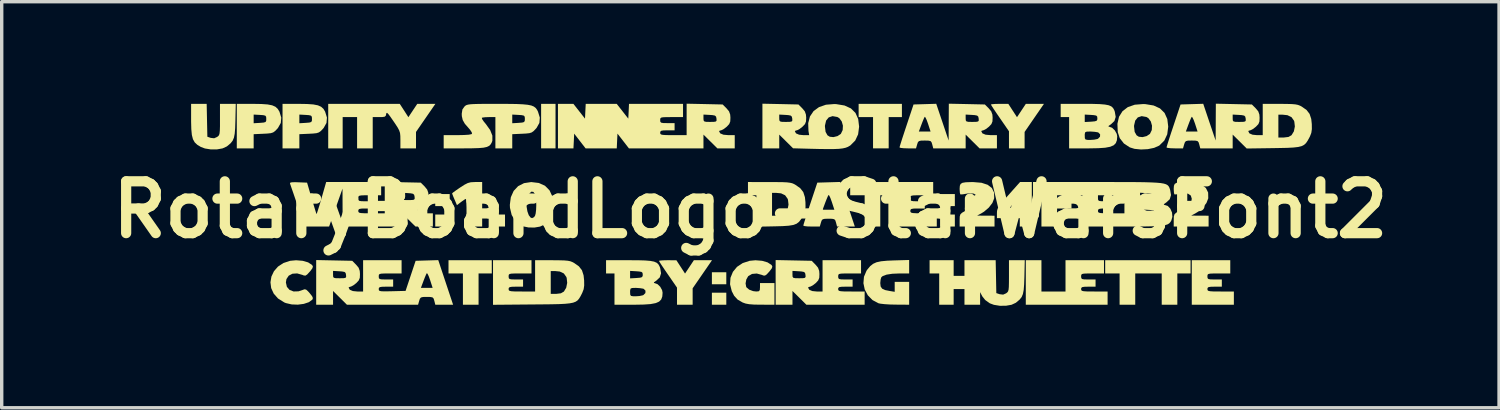
<source format=kicad_pcb>
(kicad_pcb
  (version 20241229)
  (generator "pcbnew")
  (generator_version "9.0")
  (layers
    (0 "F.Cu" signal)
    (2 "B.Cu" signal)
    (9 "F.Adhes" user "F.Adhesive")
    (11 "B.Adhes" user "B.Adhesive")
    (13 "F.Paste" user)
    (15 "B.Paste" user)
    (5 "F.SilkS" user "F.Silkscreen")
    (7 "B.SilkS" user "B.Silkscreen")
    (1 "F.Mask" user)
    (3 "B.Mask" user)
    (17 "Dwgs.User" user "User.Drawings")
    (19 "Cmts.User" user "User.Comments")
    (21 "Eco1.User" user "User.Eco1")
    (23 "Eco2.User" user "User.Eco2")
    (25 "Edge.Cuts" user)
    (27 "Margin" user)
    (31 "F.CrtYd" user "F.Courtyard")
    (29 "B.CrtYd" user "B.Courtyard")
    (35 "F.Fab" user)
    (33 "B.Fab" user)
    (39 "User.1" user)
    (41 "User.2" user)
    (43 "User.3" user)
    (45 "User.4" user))
  (footprint "RotaryBoardLogo-StarWarsFont2"
    (layer "F.Cu")
    (at 19.021 3.118)
    (property "Reference" "RotaryBoardLogo-StarWarsFont2" (at 0 0 0) (layer "F.SilkS") (effects (font (size 1.524 1.524) (thickness 0.3))))
    (attr board_only exclude_from_pos_files exclude_from_bom)
    (fp_poly (pts (xy -8.844 -0.106) (xy -9.269 -0.106) (xy -9.269 -0.46) (xy -8.844 -0.46)) (stroke (width 0) (type solid)) (fill yes) (layer "F.SilkS"))
    (fp_poly (pts (xy -8.844 0.495) (xy -9.269 0.495) (xy -9.269 0.142) (xy -8.844 0.142)) (stroke (width 0) (type solid)) (fill yes) (layer "F.SilkS"))
    (fp_poly (pts (xy -7.217 0.495) (xy -7.641 0.495) (xy -7.641 0.142) (xy -7.217 0.142)) (stroke (width 0) (type solid)) (fill yes) (layer "F.SilkS"))
    (fp_poly (pts (xy -5.731 -1.804) (xy -6.155 -1.804) (xy -6.155 -3.113) (xy -5.731 -3.113)) (stroke (width 0) (type solid)) (fill yes) (layer "F.SilkS"))
    (fp_poly (pts (xy -0.708 2.193) (xy -1.132 2.193) (xy -1.132 1.84) (xy -0.708 1.84)) (stroke (width 0) (type solid)) (fill yes) (layer "F.SilkS"))
    (fp_poly (pts (xy -0.708 2.795) (xy -1.132 2.795) (xy -1.132 2.441) (xy -0.708 2.441)) (stroke (width 0) (type solid)) (fill yes) (layer "F.SilkS"))
    (fp_poly (pts (xy 6.014 -0.106) (xy 5.589 -0.106) (xy 5.589 -0.46) (xy 6.014 -0.46)) (stroke (width 0) (type solid)) (fill yes) (layer "F.SilkS"))
    (fp_poly (pts (xy 6.014 0.495) (xy 5.589 0.495) (xy 5.589 0.142) (xy 6.014 0.142)) (stroke (width 0) (type solid)) (fill yes) (layer "F.SilkS"))
    (fp_poly (pts (xy -7.606 1.875) (xy -7.995 1.875) (xy -7.995 2.795) (xy -8.455 2.795) (xy -8.455 1.875) (xy -8.879 1.875) (xy -8.879 1.486) (xy -7.606 1.486)) (stroke (width 0) (type solid)) (fill yes) (layer "F.SilkS"))
    (fp_poly (pts (xy 4.21 -0.425) (xy 3.821 -0.425) (xy 3.821 0.495) (xy 3.361 0.495) (xy 3.361 -0.425) (xy 2.936 -0.425) (xy 2.936 -0.814) (xy 4.21 -0.814)) (stroke (width 0) (type solid)) (fill yes) (layer "F.SilkS"))
    (fp_poly (pts (xy 4.457 -2.724) (xy 4.068 -2.724) (xy 4.068 -1.804) (xy 3.608 -1.804) (xy 3.608 -2.724) (xy 3.184 -2.724) (xy 3.184 -3.113) (xy 4.457 -3.113)) (stroke (width 0) (type solid)) (fill yes) (layer "F.SilkS"))
    (fp_poly (pts (xy 12.948 1.875) (xy 12.558 1.875) (xy 12.558 2.795) (xy 12.099 2.795) (xy 12.099 1.875) (xy 11.32 1.875) (xy 11.32 2.795) (xy 10.86 2.795) (xy 10.86 1.875) (xy 10.436 1.875) (xy 10.436 1.486) (xy 12.948 1.486)) (stroke (width 0) (type solid)) (fill yes) (layer "F.SilkS"))
    (fp_poly (pts (xy 8.35 -2.7) (xy 8.066 -2.287) (xy 8.066 -1.804) (xy 7.606 -1.804) (xy 7.606 -2.307) (xy 7.341 -2.691) (xy 7.242 -2.835) (xy 7.16 -2.957) (xy 7.102 -3.046) (xy 7.076 -3.091) (xy 7.075 -3.094) (xy 7.108 -3.103) (xy 7.193 -3.11) (xy 7.314 -3.113) (xy 7.332 -3.113) (xy 7.588 -3.112) (xy 7.842 -2.721) (xy 7.972 -2.917) (xy 8.102 -3.113) (xy 8.635 -3.113)) (stroke (width 0) (type solid)) (fill yes) (layer "F.SilkS"))
    (fp_poly (pts (xy -1.413 1.899) (xy -1.698 2.312) (xy -1.698 2.795) (xy -2.158 2.795) (xy -2.158 2.292) (xy -2.423 1.908) (xy -2.522 1.764) (xy -2.604 1.642) (xy -2.661 1.553) (xy -2.688 1.508) (xy -2.689 1.505) (xy -2.656 1.496) (xy -2.571 1.489) (xy -2.449 1.486) (xy -2.432 1.486) (xy -2.176 1.487) (xy -2.049 1.682) (xy -1.922 1.878) (xy -1.792 1.682) (xy -1.662 1.486) (xy -1.129 1.486)) (stroke (width 0) (type solid)) (fill yes) (layer "F.SilkS"))
    (fp_poly (pts (xy -7.889 0.495) (xy -8.349 0.495) (xy -8.349 0.088) (xy -8.35 -0.072) (xy -8.355 -0.202) (xy -8.361 -0.289) (xy -8.369 -0.318) (xy -8.407 -0.299) (xy -8.478 -0.25) (xy -8.51 -0.226) (xy -8.631 -0.134) (xy -8.702 -0.3) (xy -8.743 -0.397) (xy -8.768 -0.463) (xy -8.773 -0.48) (xy -8.746 -0.505) (xy -8.674 -0.558) (xy -8.57 -0.63) (xy -8.535 -0.654) (xy -8.407 -0.736) (xy -8.312 -0.784) (xy -8.225 -0.807) (xy -8.122 -0.813) (xy -8.093 -0.814) (xy -7.889 -0.814)) (stroke (width 0) (type solid)) (fill yes) (layer "F.SilkS"))
    (fp_poly (pts (xy 5.377 -0.425) (xy 5.041 -0.425) (xy 4.885 -0.424) (xy 4.787 -0.42) (xy 4.733 -0.409) (xy 4.71 -0.387) (xy 4.705 -0.351) (xy 4.705 -0.336) (xy 4.71 -0.287) (xy 4.734 -0.261) (xy 4.795 -0.25) (xy 4.91 -0.248) (xy 4.917 -0.248) (xy 5.13 -0.248) (xy 5.13 -0.035) (xy 4.917 -0.035) (xy 4.799 -0.033) (xy 4.735 -0.021) (xy 4.709 0.004) (xy 4.705 0.035) (xy 4.709 0.066) (xy 4.731 0.087) (xy 4.782 0.099) (xy 4.875 0.104) (xy 5.021 0.106) (xy 5.094 0.106) (xy 5.483 0.106) (xy 5.483 0.495) (xy 4.245 0.495) (xy 4.245 -0.814) (xy 5.377 -0.814)) (stroke (width 0) (type solid)) (fill yes) (layer "F.SilkS"))
    (fp_poly (pts (xy 14.115 1.875) (xy 13.779 1.875) (xy 13.623 1.876) (xy 13.525 1.88) (xy 13.471 1.891) (xy 13.448 1.913) (xy 13.443 1.948) (xy 13.443 1.963) (xy 13.447 2.012) (xy 13.472 2.039) (xy 13.533 2.05) (xy 13.648 2.052) (xy 13.655 2.052) (xy 13.867 2.052) (xy 13.867 2.264) (xy 13.655 2.264) (xy 13.537 2.267) (xy 13.473 2.278) (xy 13.447 2.303) (xy 13.443 2.335) (xy 13.447 2.366) (xy 13.469 2.386) (xy 13.52 2.398) (xy 13.612 2.404) (xy 13.759 2.405) (xy 13.832 2.406) (xy 14.221 2.406) (xy 14.221 2.795) (xy 12.983 2.795) (xy 12.983 1.486) (xy 14.115 1.486)) (stroke (width 0) (type solid)) (fill yes) (layer "F.SilkS"))
    (fp_poly (pts (xy -14.382 -3.109) (xy -14.199 -3.096) (xy -14.065 -3.07) (xy -13.97 -3.028) (xy -13.903 -2.967) (xy -13.852 -2.884) (xy -13.798 -2.709) (xy -13.812 -2.552) (xy -13.894 -2.406) (xy -13.917 -2.379) (xy -13.981 -2.313) (xy -14.037 -2.273) (xy -14.106 -2.251) (xy -14.209 -2.24) (xy -14.324 -2.234) (xy -14.61 -2.221) (xy -14.61 -1.804) (xy -15.106 -1.804) (xy -15.106 -2.798) (xy -14.61 -2.798) (xy -14.61 -2.543) (xy -14.425 -2.554) (xy -14.317 -2.563) (xy -14.261 -2.579) (xy -14.241 -2.616) (xy -14.239 -2.671) (xy -14.243 -2.733) (xy -14.267 -2.766) (xy -14.329 -2.781) (xy -14.425 -2.788) (xy -14.61 -2.798) (xy -15.106 -2.798) (xy -15.106 -3.113) (xy -14.624 -3.113)) (stroke (width 0) (type solid)) (fill yes) (layer "F.SilkS"))
    (fp_poly (pts (xy -13.038 -3.109) (xy -12.855 -3.096) (xy -12.721 -3.07) (xy -12.626 -3.028) (xy -12.558 -2.967) (xy -12.508 -2.884) (xy -12.454 -2.709) (xy -12.468 -2.552) (xy -12.55 -2.406) (xy -12.573 -2.379) (xy -12.636 -2.313) (xy -12.692 -2.273) (xy -12.762 -2.251) (xy -12.865 -2.24) (xy -12.98 -2.234) (xy -13.266 -2.221) (xy -13.266 -1.804) (xy -13.761 -1.804) (xy -13.761 -2.798) (xy -13.266 -2.798) (xy -13.266 -2.543) (xy -13.08 -2.554) (xy -12.972 -2.563) (xy -12.917 -2.579) (xy -12.897 -2.616) (xy -12.895 -2.671) (xy -12.899 -2.733) (xy -12.923 -2.766) (xy -12.984 -2.781) (xy -13.08 -2.788) (xy -13.266 -2.798) (xy -13.761 -2.798) (xy -13.761 -3.113) (xy -13.28 -3.113)) (stroke (width 0) (type solid)) (fill yes) (layer "F.SilkS"))
    (fp_poly (pts (xy -9.55 -2.7) (xy -9.835 -2.287) (xy -9.835 -1.804) (xy -10.294 -1.804) (xy -10.294 -2.054) (xy -10.296 -2.169) (xy -10.305 -2.256) (xy -10.33 -2.333) (xy -10.377 -2.421) (xy -10.454 -2.539) (xy -10.498 -2.603) (xy -10.59 -2.736) (xy -10.65 -2.815) (xy -10.686 -2.849) (xy -10.705 -2.843) (xy -10.712 -2.813) (xy -10.725 -2.762) (xy -10.757 -2.735) (xy -10.828 -2.725) (xy -10.916 -2.724) (xy -11.108 -2.724) (xy -11.108 -1.804) (xy -11.568 -1.804) (xy -11.568 -2.724) (xy -11.992 -2.724) (xy -11.992 -1.804) (xy -12.417 -1.804) (xy -12.417 -3.113) (xy -10.312 -3.112) (xy -10.185 -2.917) (xy -10.059 -2.721) (xy -9.929 -2.917) (xy -9.798 -3.113) (xy -9.265 -3.113)) (stroke (width 0) (type solid)) (fill yes) (layer "F.SilkS"))
    (fp_poly (pts (xy -15.972 -2.146) (xy -15.874 -2.113) (xy -15.772 -2.101) (xy -15.688 -2.138) (xy -15.652 -2.164) (xy -15.628 -2.195) (xy -15.613 -2.245) (xy -15.605 -2.327) (xy -15.601 -2.452) (xy -15.601 -2.634) (xy -15.601 -2.654) (xy -15.601 -3.113) (xy -15.136 -3.113) (xy -15.147 -2.62) (xy -15.154 -2.401) (xy -15.167 -2.238) (xy -15.19 -2.119) (xy -15.228 -2.03) (xy -15.285 -1.957) (xy -15.366 -1.887) (xy -15.401 -1.86) (xy -15.525 -1.803) (xy -15.689 -1.774) (xy -15.87 -1.773) (xy -16.044 -1.801) (xy -16.164 -1.846) (xy -16.268 -1.909) (xy -16.344 -1.981) (xy -16.396 -2.074) (xy -16.428 -2.199) (xy -16.444 -2.369) (xy -16.45 -2.596) (xy -16.45 -2.644) (xy -16.45 -3.113) (xy -15.992 -3.113)) (stroke (width 0) (type solid)) (fill yes) (layer "F.SilkS"))
    (fp_poly (pts (xy 8.561 2.406) (xy 9.269 2.406) (xy 9.269 1.486) (xy 10.401 1.486) (xy 10.401 1.875) (xy 10.064 1.875) (xy 9.909 1.876) (xy 9.811 1.88) (xy 9.757 1.891) (xy 9.734 1.913) (xy 9.728 1.948) (xy 9.728 1.963) (xy 9.733 2.012) (xy 9.757 2.039) (xy 9.819 2.05) (xy 9.933 2.052) (xy 9.941 2.052) (xy 10.153 2.052) (xy 10.153 2.264) (xy 9.941 2.264) (xy 9.822 2.267) (xy 9.758 2.278) (xy 9.732 2.303) (xy 9.728 2.335) (xy 9.733 2.366) (xy 9.754 2.386) (xy 9.805 2.398) (xy 9.898 2.404) (xy 10.044 2.405) (xy 10.118 2.406) (xy 10.507 2.406) (xy 10.507 2.795) (xy 8.101 2.795) (xy 8.101 1.486) (xy 8.561 1.486)) (stroke (width 0) (type solid)) (fill yes) (layer "F.SilkS"))
    (fp_poly (pts (xy 4.67 1.875) (xy 4.395 1.875) (xy 4.176 1.884) (xy 4.006 1.91) (xy 3.892 1.952) (xy 3.85 1.989) (xy 3.831 2.053) (xy 3.821 2.15) (xy 3.821 2.166) (xy 3.832 2.26) (xy 3.876 2.323) (xy 3.965 2.364) (xy 4.099 2.391) (xy 4.245 2.415) (xy 4.245 2.123) (xy 4.67 2.123) (xy 4.67 2.795) (xy 4.272 2.792) (xy 4.1 2.788) (xy 3.944 2.778) (xy 3.824 2.764) (xy 3.768 2.752) (xy 3.59 2.657) (xy 3.454 2.517) (xy 3.364 2.348) (xy 3.325 2.162) (xy 3.341 1.973) (xy 3.416 1.795) (xy 3.446 1.753) (xy 3.525 1.659) (xy 3.609 1.592) (xy 3.711 1.546) (xy 3.845 1.517) (xy 4.024 1.5) (xy 4.219 1.492) (xy 4.67 1.479)) (stroke (width 0) (type solid)) (fill yes) (layer "F.SilkS"))
    (fp_poly (pts (xy 2.854 -0.16) (xy 3.072 0.495) (xy 2.549 0.495) (xy 2.519 0.38) (xy 2.498 0.314) (xy 2.466 0.28) (xy 2.401 0.267) (xy 2.299 0.265) (xy 2.188 0.268) (xy 2.127 0.282) (xy 2.095 0.32) (xy 2.075 0.38) (xy 2.042 0.495) (xy 1.799 0.495) (xy 1.678 0.492) (xy 1.592 0.482) (xy 1.557 0.469) (xy 1.557 0.468) (xy 1.567 0.427) (xy 1.597 0.33) (xy 1.642 0.189) (xy 1.7 0.013) (xy 1.704 0) (xy 2.125 0) (xy 2.47 0) (xy 2.395 -0.23) (xy 2.355 -0.34) (xy 2.321 -0.413) (xy 2.299 -0.434) (xy 2.298 -0.433) (xy 2.275 -0.388) (xy 2.237 -0.298) (xy 2.2 -0.203) (xy 2.125 0) (xy 1.704 0) (xy 1.763 -0.178) (xy 1.969 -0.796) (xy 2.636 -0.816)) (stroke (width 0) (type solid)) (fill yes) (layer "F.SilkS"))
    (fp_poly (pts (xy 8.278 -0.035) (xy 8.384 -0.035) (xy 8.452 -0.03) (xy 8.482 0.000493) (xy 8.49 0.076) (xy 8.49 0.106) (xy 8.486 0.197) (xy 8.463 0.237) (xy 8.407 0.247) (xy 8.384 0.248) (xy 8.313 0.255) (xy 8.284 0.29) (xy 8.278 0.371) (xy 8.278 0.495) (xy 7.924 0.495) (xy 7.924 0.248) (xy 7.252 0.248) (xy 7.252 0.097) (xy 7.255 0.034) (xy 7.27 -0.023) (xy 7.29 -0.062) (xy 7.643 -0.062) (xy 7.673 -0.045) (xy 7.751 -0.036) (xy 7.783 -0.035) (xy 7.924 -0.035) (xy 7.924 -0.398) (xy 7.784 -0.243) (xy 7.709 -0.156) (xy 7.657 -0.089) (xy 7.643 -0.062) (xy 7.29 -0.062) (xy 7.302 -0.086) (xy 7.361 -0.166) (xy 7.452 -0.275) (xy 7.584 -0.424) (xy 7.592 -0.433) (xy 7.932 -0.814) (xy 8.278 -0.814)) (stroke (width 0) (type solid)) (fill yes) (layer "F.SilkS"))
    (fp_poly (pts (xy 6.798 -0.792) (xy 6.979 -0.733) (xy 7.103 -0.637) (xy 7.167 -0.505) (xy 7.171 -0.338) (xy 7.169 -0.33) (xy 7.118 -0.198) (xy 7.014 -0.063) (xy 6.874 0.057) (xy 6.792 0.108) (xy 6.668 0.174) (xy 6.925 0.175) (xy 7.181 0.177) (xy 7.181 0.495) (xy 6.155 0.495) (xy 6.155 0.309) (xy 6.158 0.201) (xy 6.177 0.136) (xy 6.226 0.089) (xy 6.322 0.035) (xy 6.5 -0.069) (xy 6.615 -0.164) (xy 6.674 -0.255) (xy 6.686 -0.322) (xy 6.657 -0.417) (xy 6.574 -0.472) (xy 6.445 -0.484) (xy 6.342 -0.468) (xy 6.247 -0.452) (xy 6.184 -0.45) (xy 6.174 -0.453) (xy 6.162 -0.497) (xy 6.156 -0.585) (xy 6.155 -0.621) (xy 6.161 -0.703) (xy 6.184 -0.758) (xy 6.238 -0.791) (xy 6.334 -0.807) (xy 6.483 -0.812) (xy 6.562 -0.812)) (stroke (width 0) (type solid)) (fill yes) (layer "F.SilkS"))
    (fp_poly (pts (xy 13.095 -0.792) (xy 13.276 -0.733) (xy 13.399 -0.637) (xy 13.464 -0.505) (xy 13.468 -0.338) (xy 13.466 -0.33) (xy 13.415 -0.198) (xy 13.311 -0.063) (xy 13.171 0.057) (xy 13.089 0.108) (xy 12.965 0.174) (xy 13.222 0.175) (xy 13.478 0.177) (xy 13.478 0.495) (xy 12.452 0.495) (xy 12.452 0.309) (xy 12.455 0.201) (xy 12.474 0.136) (xy 12.523 0.089) (xy 12.619 0.035) (xy 12.797 -0.069) (xy 12.912 -0.164) (xy 12.971 -0.255) (xy 12.983 -0.322) (xy 12.954 -0.417) (xy 12.871 -0.472) (xy 12.741 -0.484) (xy 12.639 -0.468) (xy 12.544 -0.452) (xy 12.481 -0.45) (xy 12.471 -0.453) (xy 12.459 -0.497) (xy 12.453 -0.585) (xy 12.452 -0.621) (xy 12.458 -0.703) (xy 12.481 -0.758) (xy 12.535 -0.791) (xy 12.631 -0.807) (xy 12.78 -0.812) (xy 12.859 -0.812)) (stroke (width 0) (type solid)) (fill yes) (layer "F.SilkS"))
    (fp_poly (pts (xy 0.557 -0.813) (xy 0.785 -0.812) (xy 0.954 -0.81) (xy 1.077 -0.804) (xy 1.164 -0.793) (xy 1.23 -0.778) (xy 1.284 -0.755) (xy 1.323 -0.733) (xy 1.465 -0.634) (xy 1.555 -0.519) (xy 1.604 -0.369) (xy 1.62 -0.22) (xy 1.622 -0.071) (xy 1.605 0.04) (xy 1.565 0.144) (xy 1.55 0.175) (xy 1.491 0.28) (xy 1.43 0.358) (xy 1.358 0.413) (xy 1.261 0.449) (xy 1.127 0.471) (xy 0.946 0.483) (xy 0.723 0.489) (xy 0.177 0.5) (xy 0.177 0.177) (xy 0.637 0.177) (xy 0.796 0.177) (xy 0.935 0.16) (xy 1.024 0.108) (xy 1.093 -0.004) (xy 1.122 -0.148) (xy 1.106 -0.291) (xy 1.095 -0.322) (xy 1.022 -0.424) (xy 0.903 -0.481) (xy 0.758 -0.495) (xy 0.637 -0.495) (xy 0.637 0.177) (xy 0.177 0.177) (xy 0.177 -0.425) (xy -0.071 -0.425) (xy -0.071 -0.814)) (stroke (width 0) (type solid)) (fill yes) (layer "F.SilkS"))
    (fp_poly (pts (xy 5.979 1.946) (xy 6.297 1.946) (xy 6.297 1.486) (xy 7.215 1.486) (xy 7.234 2.453) (xy 7.333 2.486) (xy 7.435 2.498) (xy 7.519 2.461) (xy 7.554 2.435) (xy 7.579 2.403) (xy 7.594 2.353) (xy 7.602 2.272) (xy 7.605 2.147) (xy 7.606 1.965) (xy 7.606 1.945) (xy 7.606 1.486) (xy 8.071 1.486) (xy 8.06 1.979) (xy 8.052 2.198) (xy 8.039 2.361) (xy 8.016 2.48) (xy 7.979 2.569) (xy 7.921 2.642) (xy 7.84 2.712) (xy 7.805 2.739) (xy 7.682 2.796) (xy 7.518 2.825) (xy 7.337 2.826) (xy 7.163 2.798) (xy 7.042 2.753) (xy 6.908 2.657) (xy 6.821 2.548) (xy 6.757 2.424) (xy 6.757 2.795) (xy 6.297 2.795) (xy 6.297 2.335) (xy 5.979 2.335) (xy 5.979 2.795) (xy 5.554 2.795) (xy 5.554 1.875) (xy 5.271 1.875) (xy 5.271 1.486) (xy 5.979 1.486)) (stroke (width 0) (type solid)) (fill yes) (layer "F.SilkS"))
    (fp_poly (pts (xy 0.344 1.503) (xy 0.504 1.549) (xy 0.616 1.621) (xy 0.628 1.634) (xy 0.646 1.675) (xy 0.628 1.728) (xy 0.566 1.809) (xy 0.553 1.824) (xy 0.48 1.904) (xy 0.429 1.938) (xy 0.38 1.935) (xy 0.339 1.918) (xy 0.188 1.877) (xy 0.049 1.889) (xy -0.061 1.953) (xy -0.065 1.957) (xy -0.12 2.053) (xy -0.141 2.168) (xy -0.123 2.269) (xy -0.114 2.285) (xy -0.036 2.351) (xy 0.081 2.395) (xy 0.175 2.406) (xy 0.247 2.399) (xy 0.277 2.365) (xy 0.283 2.282) (xy 0.283 2.158) (xy 0.708 2.158) (xy 0.708 2.795) (xy 0.31 2.794) (xy 0.111 2.791) (xy -0.033 2.78) (xy -0.141 2.76) (xy -0.228 2.729) (xy -0.23 2.728) (xy -0.376 2.643) (xy -0.478 2.531) (xy -0.547 2.397) (xy -0.598 2.194) (xy -0.585 2.002) (xy -0.514 1.828) (xy -0.393 1.681) (xy -0.226 1.57) (xy -0.021 1.503) (xy 0.151 1.487)) (stroke (width 0) (type solid)) (fill yes) (layer "F.SilkS"))
    (fp_poly (pts (xy 11.62 -3.105) (xy 11.861 -3.065) (xy 12.048 -2.979) (xy 12.182 -2.847) (xy 12.263 -2.668) (xy 12.29 -2.444) (xy 12.29 -2.441) (xy 12.261 -2.217) (xy 12.176 -2.034) (xy 12.034 -1.893) (xy 12.02 -1.883) (xy 11.875 -1.819) (xy 11.689 -1.781) (xy 11.489 -1.771) (xy 11.299 -1.79) (xy 11.16 -1.833) (xy 10.986 -1.948) (xy 10.865 -2.103) (xy 10.806 -2.282) (xy 10.799 -2.445) (xy 11.285 -2.445) (xy 11.303 -2.289) (xy 11.36 -2.188) (xy 11.426 -2.146) (xy 11.535 -2.135) (xy 11.655 -2.165) (xy 11.748 -2.227) (xy 11.754 -2.233) (xy 11.807 -2.343) (xy 11.813 -2.472) (xy 11.778 -2.596) (xy 11.707 -2.692) (xy 11.65 -2.727) (xy 11.509 -2.752) (xy 11.396 -2.715) (xy 11.32 -2.622) (xy 11.286 -2.478) (xy 11.285 -2.445) (xy 10.799 -2.445) (xy 10.796 -2.528) (xy 10.843 -2.734) (xy 10.946 -2.898) (xy 11.101 -3.017) (xy 11.306 -3.088) (xy 11.557 -3.108)) (stroke (width 0) (type solid)) (fill yes) (layer "F.SilkS"))
    (fp_poly (pts (xy -13.17 1.503) (xy -13.009 1.549) (xy -12.898 1.621) (xy -12.886 1.634) (xy -12.867 1.675) (xy -12.886 1.728) (xy -12.947 1.809) (xy -12.961 1.824) (xy -13.034 1.904) (xy -13.084 1.938) (xy -13.134 1.935) (xy -13.174 1.918) (xy -13.331 1.874) (xy -13.469 1.883) (xy -13.578 1.94) (xy -13.646 2.041) (xy -13.662 2.14) (xy -13.633 2.269) (xy -13.554 2.359) (xy -13.436 2.405) (xy -13.291 2.401) (xy -13.174 2.362) (xy -13.115 2.341) (xy -13.067 2.35) (xy -13.011 2.4) (xy -12.961 2.456) (xy -12.892 2.543) (xy -12.868 2.598) (xy -12.881 2.64) (xy -12.886 2.647) (xy -12.988 2.721) (xy -13.136 2.77) (xy -13.311 2.793) (xy -13.492 2.786) (xy -13.66 2.747) (xy -13.708 2.728) (xy -13.894 2.611) (xy -14.021 2.467) (xy -14.095 2.305) (xy -14.116 2.135) (xy -14.088 1.967) (xy -14.013 1.809) (xy -13.894 1.673) (xy -13.734 1.568) (xy -13.536 1.503) (xy -13.362 1.487)) (stroke (width 0) (type solid)) (fill yes) (layer "F.SilkS"))
    (fp_poly (pts (xy -6.222 -0.786) (xy -6.042 -0.705) (xy -5.908 -0.57) (xy -5.821 -0.383) (xy -5.806 -0.321) (xy -5.785 -0.083) (xy -5.828 0.131) (xy -5.932 0.315) (xy -6.061 0.439) (xy -6.187 0.497) (xy -6.351 0.525) (xy -6.527 0.522) (xy -6.689 0.489) (xy -6.772 0.452) (xy -6.92 0.327) (xy -7.021 0.154) (xy -7.071 -0.055) (xy -7.075 -0.142) (xy -7.065 -0.224) (xy -6.585 -0.224) (xy -6.581 -0.084) (xy -6.558 0.051) (xy -6.518 0.162) (xy -6.464 0.232) (xy -6.42 0.248) (xy -6.365 0.22) (xy -6.334 0.179) (xy -6.315 0.11) (xy -6.302 -0.004) (xy -6.297 -0.14) (xy -6.297 -0.142) (xy -6.307 -0.324) (xy -6.336 -0.453) (xy -6.382 -0.523) (xy -6.44 -0.531) (xy -6.509 -0.473) (xy -6.525 -0.452) (xy -6.567 -0.352) (xy -6.585 -0.224) (xy -7.065 -0.224) (xy -7.046 -0.366) (xy -6.963 -0.552) (xy -6.832 -0.692) (xy -6.658 -0.781) (xy -6.447 -0.813) (xy -6.446 -0.813)) (stroke (width 0) (type solid)) (fill yes) (layer "F.SilkS"))
    (fp_poly (pts (xy -3.303 1.487) (xy -3.097 1.493) (xy -2.943 1.506) (xy -2.833 1.527) (xy -2.757 1.56) (xy -2.706 1.606) (xy -2.671 1.669) (xy -2.653 1.717) (xy -2.627 1.87) (xy -2.665 1.991) (xy -2.766 2.086) (xy -2.769 2.088) (xy -2.835 2.135) (xy -2.837 2.156) (xy -2.82 2.158) (xy -2.733 2.189) (xy -2.652 2.266) (xy -2.596 2.368) (xy -2.582 2.442) (xy -2.591 2.554) (xy -2.623 2.641) (xy -2.686 2.704) (xy -2.788 2.748) (xy -2.936 2.776) (xy -3.138 2.79) (xy -3.403 2.795) (xy -3.43 2.795) (xy -3.997 2.795) (xy -3.997 2.423) (xy -3.538 2.423) (xy -3.534 2.499) (xy -3.512 2.535) (xy -3.451 2.546) (xy -3.376 2.547) (xy -3.262 2.539) (xy -3.168 2.519) (xy -3.146 2.51) (xy -3.088 2.451) (xy -3.085 2.382) (xy -3.135 2.33) (xy -3.157 2.322) (xy -3.244 2.308) (xy -3.359 2.3) (xy -3.387 2.3) (xy -3.482 2.303) (xy -3.525 2.323) (xy -3.537 2.376) (xy -3.538 2.423) (xy -3.997 2.423) (xy -3.997 1.875) (xy -4.245 1.875) (xy -4.245 1.8) (xy -3.538 1.8) (xy -3.538 2.02) (xy -3.352 2.009) (xy -3.243 2) (xy -3.188 1.983) (xy -3.168 1.948) (xy -3.166 1.91) (xy -3.172 1.858) (xy -3.202 1.83) (xy -3.274 1.817) (xy -3.352 1.811) (xy -3.538 1.8) (xy -4.245 1.8) (xy -4.245 1.486) (xy -3.571 1.486)) (stroke (width 0) (type solid)) (fill yes) (layer "F.SilkS"))
    (fp_poly (pts (xy 10.069 -3.112) (xy 10.275 -3.106) (xy 10.429 -3.093) (xy 10.539 -3.072) (xy 10.616 -3.039) (xy 10.667 -2.992) (xy 10.702 -2.93) (xy 10.719 -2.882) (xy 10.745 -2.729) (xy 10.707 -2.608) (xy 10.606 -2.513) (xy 10.603 -2.511) (xy 10.537 -2.464) (xy 10.535 -2.443) (xy 10.553 -2.441) (xy 10.639 -2.41) (xy 10.72 -2.332) (xy 10.776 -2.231) (xy 10.79 -2.157) (xy 10.781 -2.045) (xy 10.749 -1.958) (xy 10.686 -1.895) (xy 10.584 -1.851) (xy 10.436 -1.823) (xy 10.234 -1.809) (xy 9.97 -1.804) (xy 9.942 -1.804) (xy 9.375 -1.804) (xy 9.375 -2.176) (xy 9.835 -2.176) (xy 9.838 -2.1) (xy 9.86 -2.064) (xy 9.922 -2.053) (xy 9.996 -2.052) (xy 10.111 -2.06) (xy 10.204 -2.079) (xy 10.226 -2.088) (xy 10.284 -2.148) (xy 10.287 -2.217) (xy 10.237 -2.269) (xy 10.215 -2.277) (xy 10.128 -2.291) (xy 10.013 -2.299) (xy 9.985 -2.299) (xy 9.891 -2.296) (xy 9.847 -2.276) (xy 9.835 -2.222) (xy 9.835 -2.176) (xy 9.375 -2.176) (xy 9.375 -2.724) (xy 9.127 -2.724) (xy 9.127 -2.798) (xy 9.835 -2.798) (xy 9.835 -2.579) (xy 10.02 -2.589) (xy 10.129 -2.599) (xy 10.184 -2.616) (xy 10.204 -2.651) (xy 10.206 -2.689) (xy 10.2 -2.741) (xy 10.17 -2.769) (xy 10.098 -2.782) (xy 10.02 -2.788) (xy 9.835 -2.798) (xy 9.127 -2.798) (xy 9.127 -3.113) (xy 9.801 -3.113)) (stroke (width 0) (type solid)) (fill yes) (layer "F.SilkS"))
    (fp_poly (pts (xy -6.438 1.875) (xy -6.775 1.875) (xy -6.93 1.876) (xy -7.028 1.88) (xy -7.082 1.891) (xy -7.105 1.913) (xy -7.111 1.948) (xy -7.111 1.963) (xy -7.106 2.012) (xy -7.082 2.039) (xy -7.02 2.05) (xy -6.906 2.052) (xy -6.898 2.052) (xy -6.686 2.052) (xy -6.686 2.264) (xy -6.898 2.264) (xy -7.017 2.267) (xy -7.081 2.278) (xy -7.107 2.303) (xy -7.111 2.335) (xy -7.106 2.366) (xy -7.085 2.386) (xy -7.034 2.398) (xy -6.941 2.404) (xy -6.795 2.405) (xy -6.721 2.406) (xy -6.332 2.406) (xy -6.332 1.486) (xy -5.828 1.486) (xy -5.625 1.488) (xy -5.478 1.492) (xy -5.373 1.501) (xy -5.297 1.516) (xy -5.235 1.54) (xy -5.186 1.566) (xy -5.044 1.666) (xy -4.954 1.781) (xy -4.906 1.93) (xy -4.89 2.079) (xy -4.888 2.229) (xy -4.904 2.34) (xy -4.944 2.443) (xy -4.959 2.474) (xy -5 2.553) (xy -5.039 2.616) (xy -5.082 2.667) (xy -5.137 2.705) (xy -5.213 2.734) (xy -5.315 2.754) (xy -5.453 2.768) (xy -5.633 2.777) (xy -5.864 2.782) (xy -6.152 2.785) (xy -6.406 2.787) (xy -7.57 2.797) (xy -7.57 2.476) (xy -5.872 2.476) (xy -5.713 2.476) (xy -5.574 2.459) (xy -5.485 2.408) (xy -5.417 2.295) (xy -5.388 2.152) (xy -5.403 2.008) (xy -5.414 1.977) (xy -5.487 1.875) (xy -5.606 1.819) (xy -5.751 1.804) (xy -5.872 1.804) (xy -5.872 2.476) (xy -7.57 2.476) (xy -7.57 1.486) (xy -6.438 1.486)) (stroke (width 0) (type solid)) (fill yes) (layer "F.SilkS"))
    (fp_poly (pts (xy 1.273 1.492) (xy 1.803 1.503) (xy 1.915 1.616) (xy 1.99 1.706) (xy 2.024 1.8) (xy 2.031 1.893) (xy 2.026 2.004) (xy 1.995 2.08) (xy 1.925 2.156) (xy 1.919 2.161) (xy 1.836 2.225) (xy 1.767 2.261) (xy 1.751 2.264) (xy 1.704 2.28) (xy 1.698 2.292) (xy 1.731 2.354) (xy 1.822 2.393) (xy 1.953 2.406) (xy 2.123 2.406) (xy 2.123 1.486) (xy 3.255 1.486) (xy 3.255 1.875) (xy 2.919 1.875) (xy 2.763 1.876) (xy 2.665 1.88) (xy 2.611 1.891) (xy 2.588 1.913) (xy 2.583 1.948) (xy 2.582 1.963) (xy 2.587 2.012) (xy 2.612 2.039) (xy 2.673 2.05) (xy 2.787 2.052) (xy 2.795 2.052) (xy 3.007 2.052) (xy 3.007 2.264) (xy 2.795 2.264) (xy 2.676 2.267) (xy 2.612 2.278) (xy 2.586 2.303) (xy 2.582 2.335) (xy 2.587 2.366) (xy 2.609 2.386) (xy 2.659 2.398) (xy 2.752 2.404) (xy 2.898 2.405) (xy 2.972 2.406) (xy 3.361 2.406) (xy 3.361 2.795) (xy 1.647 2.795) (xy 1.238 2.39) (xy 1.238 2.795) (xy 0.743 2.795) (xy 0.743 1.8) (xy 1.238 1.8) (xy 1.238 1.908) (xy 1.241 1.97) (xy 1.262 2.002) (xy 1.318 2.014) (xy 1.426 2.016) (xy 1.435 2.016) (xy 1.547 2.015) (xy 1.604 2.004) (xy 1.624 1.976) (xy 1.621 1.921) (xy 1.621 1.919) (xy 1.609 1.862) (xy 1.576 1.831) (xy 1.505 1.817) (xy 1.424 1.811) (xy 1.238 1.8) (xy 0.743 1.8) (xy 0.743 1.481)) (stroke (width 0) (type solid)) (fill yes) (layer "F.SilkS"))
    (fp_poly (pts (xy -7.126 -3.112) (xy -6.882 -3.109) (xy -6.693 -3.1) (xy -6.549 -3.086) (xy -6.444 -3.065) (xy -6.369 -3.034) (xy -6.315 -2.993) (xy -6.275 -2.939) (xy -6.247 -2.884) (xy -6.193 -2.709) (xy -6.206 -2.552) (xy -6.288 -2.406) (xy -6.312 -2.379) (xy -6.375 -2.313) (xy -6.431 -2.273) (xy -6.5 -2.251) (xy -6.603 -2.24) (xy -6.718 -2.234) (xy -7.004 -2.221) (xy -7.004 -1.804) (xy -7.5 -1.804) (xy -7.5 -2.724) (xy -7.688 -2.724) (xy -7.798 -2.72) (xy -7.877 -2.71) (xy -7.899 -2.702) (xy -7.89 -2.666) (xy -7.843 -2.595) (xy -7.781 -2.52) (xy -7.654 -2.343) (xy -7.589 -2.179) (xy -7.589 -2.031) (xy -7.603 -1.987) (xy -7.636 -1.926) (xy -7.681 -1.879) (xy -7.75 -1.846) (xy -7.85 -1.824) (xy -7.994 -1.812) (xy -8.189 -1.806) (xy -8.421 -1.804) (xy -9.021 -1.804) (xy -9.021 -2.193) (xy -8.616 -2.193) (xy -8.423 -2.197) (xy -8.283 -2.206) (xy -8.203 -2.222) (xy -8.188 -2.232) (xy -8.196 -2.277) (xy -8.245 -2.351) (xy -8.287 -2.4) (xy -8.398 -2.527) (xy -8.461 -2.637) (xy -8.487 -2.751) (xy -8.489 -2.798) (xy -7.004 -2.798) (xy -7.004 -2.543) (xy -6.819 -2.554) (xy -6.711 -2.563) (xy -6.656 -2.579) (xy -6.636 -2.616) (xy -6.633 -2.671) (xy -6.637 -2.733) (xy -6.661 -2.766) (xy -6.723 -2.781) (xy -6.819 -2.788) (xy -7.004 -2.798) (xy -8.489 -2.798) (xy -8.49 -2.822) (xy -8.47 -2.949) (xy -8.408 -3.036) (xy -8.381 -3.06) (xy -8.349 -3.078) (xy -8.303 -3.091) (xy -8.236 -3.101) (xy -8.137 -3.107) (xy -7.998 -3.111) (xy -7.81 -3.113) (xy -7.565 -3.113) (xy -7.432 -3.113)) (stroke (width 0) (type solid)) (fill yes) (layer "F.SilkS"))
    (fp_poly (pts (xy 6.367 -3.107) (xy 6.897 -3.095) (xy 7.009 -2.983) (xy 7.084 -2.893) (xy 7.118 -2.799) (xy 7.125 -2.706) (xy 7.12 -2.595) (xy 7.089 -2.518) (xy 7.019 -2.443) (xy 7.013 -2.438) (xy 6.93 -2.374) (xy 6.861 -2.338) (xy 6.845 -2.335) (xy 6.798 -2.319) (xy 6.792 -2.307) (xy 6.825 -2.245) (xy 6.919 -2.206) (xy 7.065 -2.193) (xy 7.252 -2.193) (xy 7.252 -1.804) (xy 6.741 -1.804) (xy 6.537 -2.006) (xy 6.332 -2.209) (xy 6.332 -1.804) (xy 5.379 -1.804) (xy 5.349 -1.919) (xy 5.328 -1.985) (xy 5.296 -2.02) (xy 5.231 -2.032) (xy 5.129 -2.034) (xy 5.018 -2.032) (xy 4.957 -2.017) (xy 4.925 -1.98) (xy 4.905 -1.919) (xy 4.872 -1.804) (xy 4.629 -1.804) (xy 4.509 -1.808) (xy 4.422 -1.817) (xy 4.387 -1.831) (xy 4.387 -1.831) (xy 4.397 -1.872) (xy 4.427 -1.969) (xy 4.472 -2.111) (xy 4.53 -2.286) (xy 4.534 -2.299) (xy 4.955 -2.299) (xy 5.3 -2.299) (xy 5.225 -2.529) (xy 5.185 -2.639) (xy 5.151 -2.712) (xy 5.129 -2.733) (xy 5.128 -2.733) (xy 5.105 -2.688) (xy 5.067 -2.597) (xy 5.031 -2.503) (xy 4.955 -2.299) (xy 4.534 -2.299) (xy 4.593 -2.477) (xy 4.799 -3.095) (xy 5.467 -3.115) (xy 5.649 -2.575) (xy 5.831 -2.034) (xy 5.834 -2.576) (xy 5.835 -2.798) (xy 6.332 -2.798) (xy 6.332 -2.69) (xy 6.335 -2.629) (xy 6.356 -2.597) (xy 6.412 -2.584) (xy 6.52 -2.582) (xy 6.529 -2.582) (xy 6.641 -2.584) (xy 6.698 -2.595) (xy 6.718 -2.623) (xy 6.715 -2.678) (xy 6.715 -2.68) (xy 6.703 -2.737) (xy 6.67 -2.768) (xy 6.599 -2.782) (xy 6.518 -2.788) (xy 6.332 -2.798) (xy 5.835 -2.798) (xy 5.837 -3.118)) (stroke (width 0) (type solid)) (fill yes) (layer "F.SilkS"))
    (fp_poly (pts (xy 0.884 -3.107) (xy 1.414 -3.095) (xy 1.526 -2.983) (xy 1.601 -2.893) (xy 1.634 -2.799) (xy 1.642 -2.706) (xy 1.636 -2.595) (xy 1.606 -2.518) (xy 1.535 -2.443) (xy 1.529 -2.438) (xy 1.447 -2.374) (xy 1.378 -2.338) (xy 1.361 -2.335) (xy 1.315 -2.319) (xy 1.309 -2.307) (xy 1.342 -2.245) (xy 1.433 -2.206) (xy 1.561 -2.193) (xy 1.729 -2.193) (xy 1.709 -2.315) (xy 1.704 -2.445) (xy 2.193 -2.445) (xy 2.212 -2.289) (xy 2.268 -2.188) (xy 2.335 -2.146) (xy 2.443 -2.135) (xy 2.563 -2.165) (xy 2.657 -2.227) (xy 2.662 -2.233) (xy 2.715 -2.343) (xy 2.722 -2.472) (xy 2.687 -2.596) (xy 2.616 -2.692) (xy 2.558 -2.727) (xy 2.417 -2.752) (xy 2.305 -2.715) (xy 2.228 -2.622) (xy 2.194 -2.478) (xy 2.193 -2.445) (xy 1.704 -2.445) (xy 1.701 -2.546) (xy 1.752 -2.742) (xy 1.859 -2.901) (xy 2.018 -3.017) (xy 2.223 -3.088) (xy 2.472 -3.108) (xy 2.528 -3.105) (xy 2.769 -3.065) (xy 2.957 -2.979) (xy 3.091 -2.847) (xy 3.171 -2.668) (xy 3.198 -2.444) (xy 3.198 -2.441) (xy 3.169 -2.217) (xy 3.084 -2.034) (xy 2.943 -1.893) (xy 2.928 -1.883) (xy 2.868 -1.848) (xy 2.8 -1.822) (xy 2.715 -1.803) (xy 2.604 -1.79) (xy 2.458 -1.784) (xy 2.268 -1.783) (xy 2.025 -1.786) (xy 1.733 -1.793) (xy 1.256 -1.806) (xy 1.052 -2.008) (xy 0.849 -2.209) (xy 0.849 -1.804) (xy 0.354 -1.804) (xy 0.354 -2.798) (xy 0.849 -2.798) (xy 0.849 -2.69) (xy 0.852 -2.629) (xy 0.873 -2.597) (xy 0.928 -2.584) (xy 1.036 -2.582) (xy 1.046 -2.582) (xy 1.158 -2.584) (xy 1.215 -2.595) (xy 1.234 -2.623) (xy 1.232 -2.678) (xy 1.232 -2.68) (xy 1.219 -2.737) (xy 1.187 -2.768) (xy 1.116 -2.782) (xy 1.035 -2.788) (xy 0.849 -2.798) (xy 0.354 -2.798) (xy 0.354 -3.118)) (stroke (width 0) (type solid)) (fill yes) (layer "F.SilkS"))
    (fp_poly (pts (xy -1.345 -3.107) (xy -0.815 -3.095) (xy -0.703 -2.983) (xy -0.628 -2.893) (xy -0.594 -2.799) (xy -0.587 -2.706) (xy -0.592 -2.595) (xy -0.623 -2.518) (xy -0.693 -2.443) (xy -0.699 -2.438) (xy -0.782 -2.374) (xy -0.851 -2.338) (xy -0.867 -2.335) (xy -0.914 -2.319) (xy -0.92 -2.307) (xy -0.887 -2.245) (xy -0.793 -2.206) (xy -0.647 -2.193) (xy -0.46 -2.193) (xy -0.46 -1.804) (xy -0.971 -1.804) (xy -1.175 -2.006) (xy -1.38 -2.209) (xy -1.38 -1.804) (xy -3.573 -1.804) (xy -3.741 -2.021) (xy -3.909 -2.238) (xy -3.92 -2.021) (xy -3.93 -1.804) (xy -4.847 -1.804) (xy -5.015 -2.021) (xy -5.183 -2.238) (xy -5.193 -2.021) (xy -5.204 -1.804) (xy -5.66 -1.804) (xy -5.66 -3.113) (xy -5.205 -3.113) (xy -5.035 -2.896) (xy -4.864 -2.679) (xy -4.854 -2.896) (xy -4.843 -3.113) (xy -3.931 -3.113) (xy -3.761 -2.896) (xy -3.591 -2.679) (xy -3.58 -2.896) (xy -3.57 -3.113) (xy -1.981 -3.113) (xy -1.981 -2.724) (xy -2.317 -2.724) (xy -2.473 -2.723) (xy -2.571 -2.719) (xy -2.625 -2.708) (xy -2.648 -2.686) (xy -2.653 -2.65) (xy -2.653 -2.636) (xy -2.649 -2.587) (xy -2.624 -2.56) (xy -2.563 -2.549) (xy -2.448 -2.547) (xy -2.441 -2.547) (xy -2.229 -2.547) (xy -2.229 -2.335) (xy -2.441 -2.335) (xy -2.559 -2.332) (xy -2.624 -2.321) (xy -2.649 -2.295) (xy -2.653 -2.264) (xy -2.649 -2.233) (xy -2.627 -2.213) (xy -2.576 -2.201) (xy -2.484 -2.195) (xy -2.337 -2.193) (xy -2.264 -2.193) (xy -1.875 -2.193) (xy -1.875 -2.798) (xy -1.38 -2.798) (xy -1.38 -2.69) (xy -1.377 -2.629) (xy -1.356 -2.597) (xy -1.3 -2.584) (xy -1.192 -2.582) (xy -1.183 -2.582) (xy -1.071 -2.584) (xy -1.013 -2.595) (xy -0.994 -2.623) (xy -0.997 -2.678) (xy -0.997 -2.68) (xy -1.009 -2.737) (xy -1.042 -2.768) (xy -1.113 -2.782) (xy -1.194 -2.788) (xy -1.38 -2.798) (xy -1.875 -2.798) (xy -1.875 -3.118)) (stroke (width 0) (type solid)) (fill yes) (layer "F.SilkS"))
    (fp_poly (pts (xy -12.241 1.492) (xy -11.711 1.503) (xy -11.599 1.616) (xy -11.523 1.706) (xy -11.49 1.8) (xy -11.483 1.893) (xy -11.488 2.004) (xy -11.519 2.08) (xy -11.589 2.156) (xy -11.595 2.161) (xy -11.678 2.225) (xy -11.747 2.261) (xy -11.763 2.264) (xy -11.81 2.28) (xy -11.816 2.292) (xy -11.783 2.354) (xy -11.691 2.393) (xy -11.561 2.406) (xy -11.391 2.406) (xy -11.391 1.486) (xy -10.259 1.486) (xy -10.259 1.875) (xy -10.595 1.875) (xy -10.751 1.876) (xy -10.849 1.88) (xy -10.903 1.891) (xy -10.926 1.913) (xy -10.931 1.948) (xy -10.931 1.963) (xy -10.927 2.012) (xy -10.902 2.039) (xy -10.841 2.05) (xy -10.726 2.052) (xy -10.719 2.052) (xy -10.507 2.052) (xy -10.507 2.264) (xy -10.719 2.264) (xy -10.837 2.267) (xy -10.901 2.278) (xy -10.927 2.303) (xy -10.931 2.336) (xy -10.927 2.367) (xy -10.908 2.387) (xy -10.86 2.398) (xy -10.773 2.402) (xy -10.633 2.4) (xy -10.536 2.398) (xy -10.141 2.388) (xy -10.112 2.299) (xy -9.691 2.299) (xy -9.346 2.299) (xy -9.42 2.07) (xy -9.46 1.959) (xy -9.495 1.886) (xy -9.517 1.865) (xy -9.517 1.866) (xy -9.541 1.911) (xy -9.579 2.002) (xy -9.615 2.096) (xy -9.691 2.299) (xy -10.112 2.299) (xy -9.994 1.946) (xy -9.846 1.503) (xy -9.18 1.483) (xy -8.962 2.139) (xy -8.744 2.795) (xy -9.267 2.795) (xy -9.296 2.68) (xy -9.317 2.613) (xy -9.35 2.579) (xy -9.414 2.567) (xy -9.517 2.565) (xy -9.628 2.567) (xy -9.689 2.582) (xy -9.721 2.619) (xy -9.741 2.68) (xy -9.774 2.795) (xy -11.867 2.795) (xy -12.275 2.39) (xy -12.275 2.795) (xy -12.771 2.795) (xy -12.771 1.8) (xy -12.275 1.8) (xy -12.275 1.908) (xy -12.272 1.97) (xy -12.252 2.002) (xy -12.196 2.014) (xy -12.088 2.016) (xy -12.079 2.016) (xy -11.967 2.015) (xy -11.909 2.004) (xy -11.89 1.976) (xy -11.893 1.921) (xy -11.893 1.919) (xy -11.905 1.862) (xy -11.937 1.831) (xy -12.009 1.817) (xy -12.09 1.811) (xy -12.275 1.8) (xy -12.771 1.8) (xy -12.771 1.481)) (stroke (width 0) (type solid)) (fill yes) (layer "F.SilkS"))
    (fp_poly (pts (xy -10.224 -0.807) (xy -9.694 -0.796) (xy -9.582 -0.684) (xy -9.507 -0.593) (xy -9.474 -0.499) (xy -9.467 -0.407) (xy -9.472 -0.295) (xy -9.502 -0.219) (xy -9.573 -0.144) (xy -9.579 -0.139) (xy -9.661 -0.075) (xy -9.73 -0.039) (xy -9.747 -0.035) (xy -9.793 -0.02) (xy -9.799 -0.007) (xy -9.766 0.054) (xy -9.672 0.093) (xy -9.527 0.106) (xy -9.339 0.106) (xy -9.339 0.495) (xy -9.85 0.495) (xy -10.055 0.293) (xy -10.259 0.091) (xy -10.259 0.495) (xy -11.992 0.495) (xy -11.995 -0.062) (xy -11.997 -0.619) (xy -12.194 -0.062) (xy -12.391 0.495) (xy -13.107 0.495) (xy -13.316 -0.115) (xy -13.384 -0.313) (xy -13.444 -0.489) (xy -13.494 -0.632) (xy -13.527 -0.73) (xy -13.542 -0.771) (xy -13.534 -0.795) (xy -13.483 -0.807) (xy -13.378 -0.809) (xy -13.299 -0.806) (xy -13.039 -0.796) (xy -12.905 -0.339) (xy -12.855 -0.171) (xy -12.812 -0.029) (xy -12.78 0.074) (xy -12.763 0.125) (xy -12.761 0.128) (xy -12.748 0.099) (xy -12.72 0.015) (xy -12.68 -0.114) (xy -12.632 -0.276) (xy -12.614 -0.338) (xy -12.477 -0.814) (xy -10.86 -0.814) (xy -10.86 -0.425) (xy -11.197 -0.425) (xy -11.352 -0.424) (xy -11.45 -0.42) (xy -11.504 -0.409) (xy -11.527 -0.387) (xy -11.533 -0.351) (xy -11.533 -0.336) (xy -11.528 -0.287) (xy -11.504 -0.261) (xy -11.442 -0.25) (xy -11.328 -0.248) (xy -11.32 -0.248) (xy -11.108 -0.248) (xy -11.108 -0.035) (xy -11.32 -0.035) (xy -11.439 -0.033) (xy -11.503 -0.021) (xy -11.529 0.004) (xy -11.533 0.035) (xy -11.528 0.066) (xy -11.507 0.087) (xy -11.456 0.099) (xy -11.363 0.104) (xy -11.217 0.106) (xy -11.143 0.106) (xy -10.754 0.106) (xy -10.754 -0.499) (xy -10.259 -0.499) (xy -10.259 -0.391) (xy -10.256 -0.33) (xy -10.235 -0.297) (xy -10.18 -0.285) (xy -10.072 -0.283) (xy -10.062 -0.283) (xy -9.95 -0.285) (xy -9.893 -0.295) (xy -9.874 -0.324) (xy -9.876 -0.378) (xy -9.876 -0.38) (xy -9.889 -0.437) (xy -9.921 -0.468) (xy -9.992 -0.482) (xy -10.073 -0.488) (xy -10.259 -0.499) (xy -10.754 -0.499) (xy -10.754 -0.819)) (stroke (width 0) (type solid)) (fill yes) (layer "F.SilkS"))
    (fp_poly (pts (xy 10.641 -0.814) (xy 11.009 -0.813) (xy 11.318 -0.812) (xy 11.572 -0.809) (xy 11.778 -0.803) (xy 11.94 -0.795) (xy 12.065 -0.784) (xy 12.159 -0.768) (xy 12.225 -0.748) (xy 12.271 -0.722) (xy 12.301 -0.691) (xy 12.322 -0.654) (xy 12.338 -0.609) (xy 12.347 -0.582) (xy 12.372 -0.43) (xy 12.335 -0.308) (xy 12.234 -0.213) (xy 12.23 -0.211) (xy 12.165 -0.165) (xy 12.162 -0.144) (xy 12.18 -0.142) (xy 12.277 -0.11) (xy 12.354 -0.028) (xy 12.402 0.085) (xy 12.412 0.21) (xy 12.381 0.32) (xy 12.353 0.365) (xy 12.319 0.402) (xy 12.272 0.431) (xy 12.203 0.453) (xy 12.107 0.47) (xy 11.975 0.481) (xy 11.802 0.489) (xy 11.579 0.493) (xy 11.3 0.495) (xy 10.957 0.495) (xy 9.764 0.495) (xy 9.764 0.124) (xy 11.462 0.124) (xy 11.465 0.2) (xy 11.488 0.236) (xy 11.549 0.247) (xy 11.623 0.248) (xy 11.738 0.24) (xy 11.831 0.22) (xy 11.853 0.211) (xy 11.911 0.152) (xy 11.915 0.083) (xy 11.864 0.03) (xy 11.842 0.022) (xy 11.755 0.008) (xy 11.64 0.001) (xy 11.612 0.000483) (xy 11.518 0.003) (xy 11.475 0.023) (xy 11.462 0.077) (xy 11.462 0.124) (xy 9.764 0.124) (xy 9.764 0.035) (xy 10.224 0.035) (xy 10.228 0.066) (xy 10.25 0.087) (xy 10.301 0.099) (xy 10.393 0.104) (xy 10.539 0.106) (xy 10.613 0.106) (xy 11.002 0.106) (xy 11.002 -0.425) (xy 10.224 -0.425) (xy 10.224 -0.336) (xy 10.228 -0.287) (xy 10.253 -0.261) (xy 10.314 -0.25) (xy 10.428 -0.248) (xy 10.436 -0.248) (xy 10.648 -0.248) (xy 10.648 -0.035) (xy 10.436 -0.035) (xy 10.317 -0.033) (xy 10.253 -0.021) (xy 10.228 0.004) (xy 10.224 0.035) (xy 9.764 0.035) (xy 9.764 -0.425) (xy 9.021 -0.425) (xy 9.021 -0.336) (xy 9.025 -0.287) (xy 9.05 -0.261) (xy 9.111 -0.25) (xy 9.226 -0.248) (xy 9.233 -0.248) (xy 9.445 -0.248) (xy 9.445 -0.035) (xy 9.021 -0.035) (xy 9.021 0.495) (xy 8.561 0.495) (xy 8.561 -0.425) (xy 8.313 -0.425) (xy 8.313 -0.499) (xy 11.462 -0.499) (xy 11.462 -0.279) (xy 11.648 -0.29) (xy 11.756 -0.299) (xy 11.811 -0.317) (xy 11.831 -0.352) (xy 11.833 -0.389) (xy 11.827 -0.441) (xy 11.797 -0.469) (xy 11.726 -0.483) (xy 11.648 -0.488) (xy 11.462 -0.499) (xy 8.313 -0.499) (xy 8.313 -0.814) (xy 10.208 -0.814)) (stroke (width 0) (type solid)) (fill yes) (layer "F.SilkS"))
    (fp_poly (pts (xy 14.751 -3.095) (xy 14.863 -2.983) (xy 14.938 -2.893) (xy 14.971 -2.799) (xy 14.978 -2.706) (xy 14.973 -2.595) (xy 14.943 -2.518) (xy 14.872 -2.443) (xy 14.866 -2.438) (xy 14.784 -2.374) (xy 14.715 -2.338) (xy 14.698 -2.335) (xy 14.651 -2.319) (xy 14.646 -2.307) (xy 14.678 -2.245) (xy 14.77 -2.206) (xy 14.9 -2.193) (xy 15.07 -2.193) (xy 15.07 -3.113) (xy 15.574 -3.113) (xy 15.778 -3.111) (xy 15.925 -3.107) (xy 16.029 -3.098) (xy 16.105 -3.083) (xy 16.168 -3.059) (xy 16.217 -3.033) (xy 16.359 -2.933) (xy 16.448 -2.818) (xy 16.497 -2.669) (xy 16.513 -2.519) (xy 16.515 -2.37) (xy 16.499 -2.259) (xy 16.459 -2.156) (xy 16.443 -2.125) (xy 16.393 -2.033) (xy 16.345 -1.962) (xy 16.288 -1.908) (xy 16.214 -1.87) (xy 16.113 -1.845) (xy 15.975 -1.829) (xy 15.79 -1.819) (xy 15.551 -1.814) (xy 15.38 -1.811) (xy 14.599 -1.8) (xy 14.392 -2.005) (xy 14.273 -2.123) (xy 15.53 -2.123) (xy 15.689 -2.123) (xy 15.828 -2.14) (xy 15.917 -2.191) (xy 15.986 -2.304) (xy 16.015 -2.447) (xy 15.999 -2.59) (xy 15.988 -2.621) (xy 15.915 -2.723) (xy 15.796 -2.78) (xy 15.652 -2.795) (xy 15.53 -2.795) (xy 15.53 -2.123) (xy 14.273 -2.123) (xy 14.186 -2.209) (xy 14.186 -1.804) (xy 13.233 -1.804) (xy 13.203 -1.919) (xy 13.182 -1.985) (xy 13.149 -2.02) (xy 13.085 -2.032) (xy 12.982 -2.034) (xy 12.871 -2.032) (xy 12.81 -2.017) (xy 12.779 -1.98) (xy 12.758 -1.919) (xy 12.725 -1.804) (xy 12.483 -1.804) (xy 12.362 -1.808) (xy 12.275 -1.817) (xy 12.24 -1.831) (xy 12.24 -1.831) (xy 12.251 -1.872) (xy 12.281 -1.969) (xy 12.326 -2.111) (xy 12.383 -2.286) (xy 12.388 -2.299) (xy 12.809 -2.299) (xy 13.153 -2.299) (xy 13.079 -2.529) (xy 13.039 -2.639) (xy 13.004 -2.712) (xy 12.983 -2.733) (xy 12.982 -2.733) (xy 12.958 -2.688) (xy 12.92 -2.597) (xy 12.884 -2.503) (xy 12.809 -2.299) (xy 12.388 -2.299) (xy 12.447 -2.477) (xy 12.653 -3.095) (xy 13.32 -3.115) (xy 13.502 -2.575) (xy 13.685 -2.034) (xy 13.688 -2.576) (xy 13.689 -2.798) (xy 14.186 -2.798) (xy 14.186 -2.69) (xy 14.189 -2.629) (xy 14.21 -2.597) (xy 14.265 -2.584) (xy 14.373 -2.582) (xy 14.383 -2.582) (xy 14.495 -2.584) (xy 14.552 -2.595) (xy 14.571 -2.623) (xy 14.569 -2.678) (xy 14.568 -2.68) (xy 14.556 -2.737) (xy 14.524 -2.768) (xy 14.452 -2.782) (xy 14.372 -2.788) (xy 14.186 -2.798) (xy 13.689 -2.798) (xy 13.691 -3.118)) (stroke (width 0) (type solid)) (fill yes) (layer "F.SilkS")))
  (gr_rect
    (start -3 -3)
    (end 41.042 8.944)
    (stroke (width 0.1) (type default))
    (fill no)
    (layer "Edge.Cuts")))
</source>
